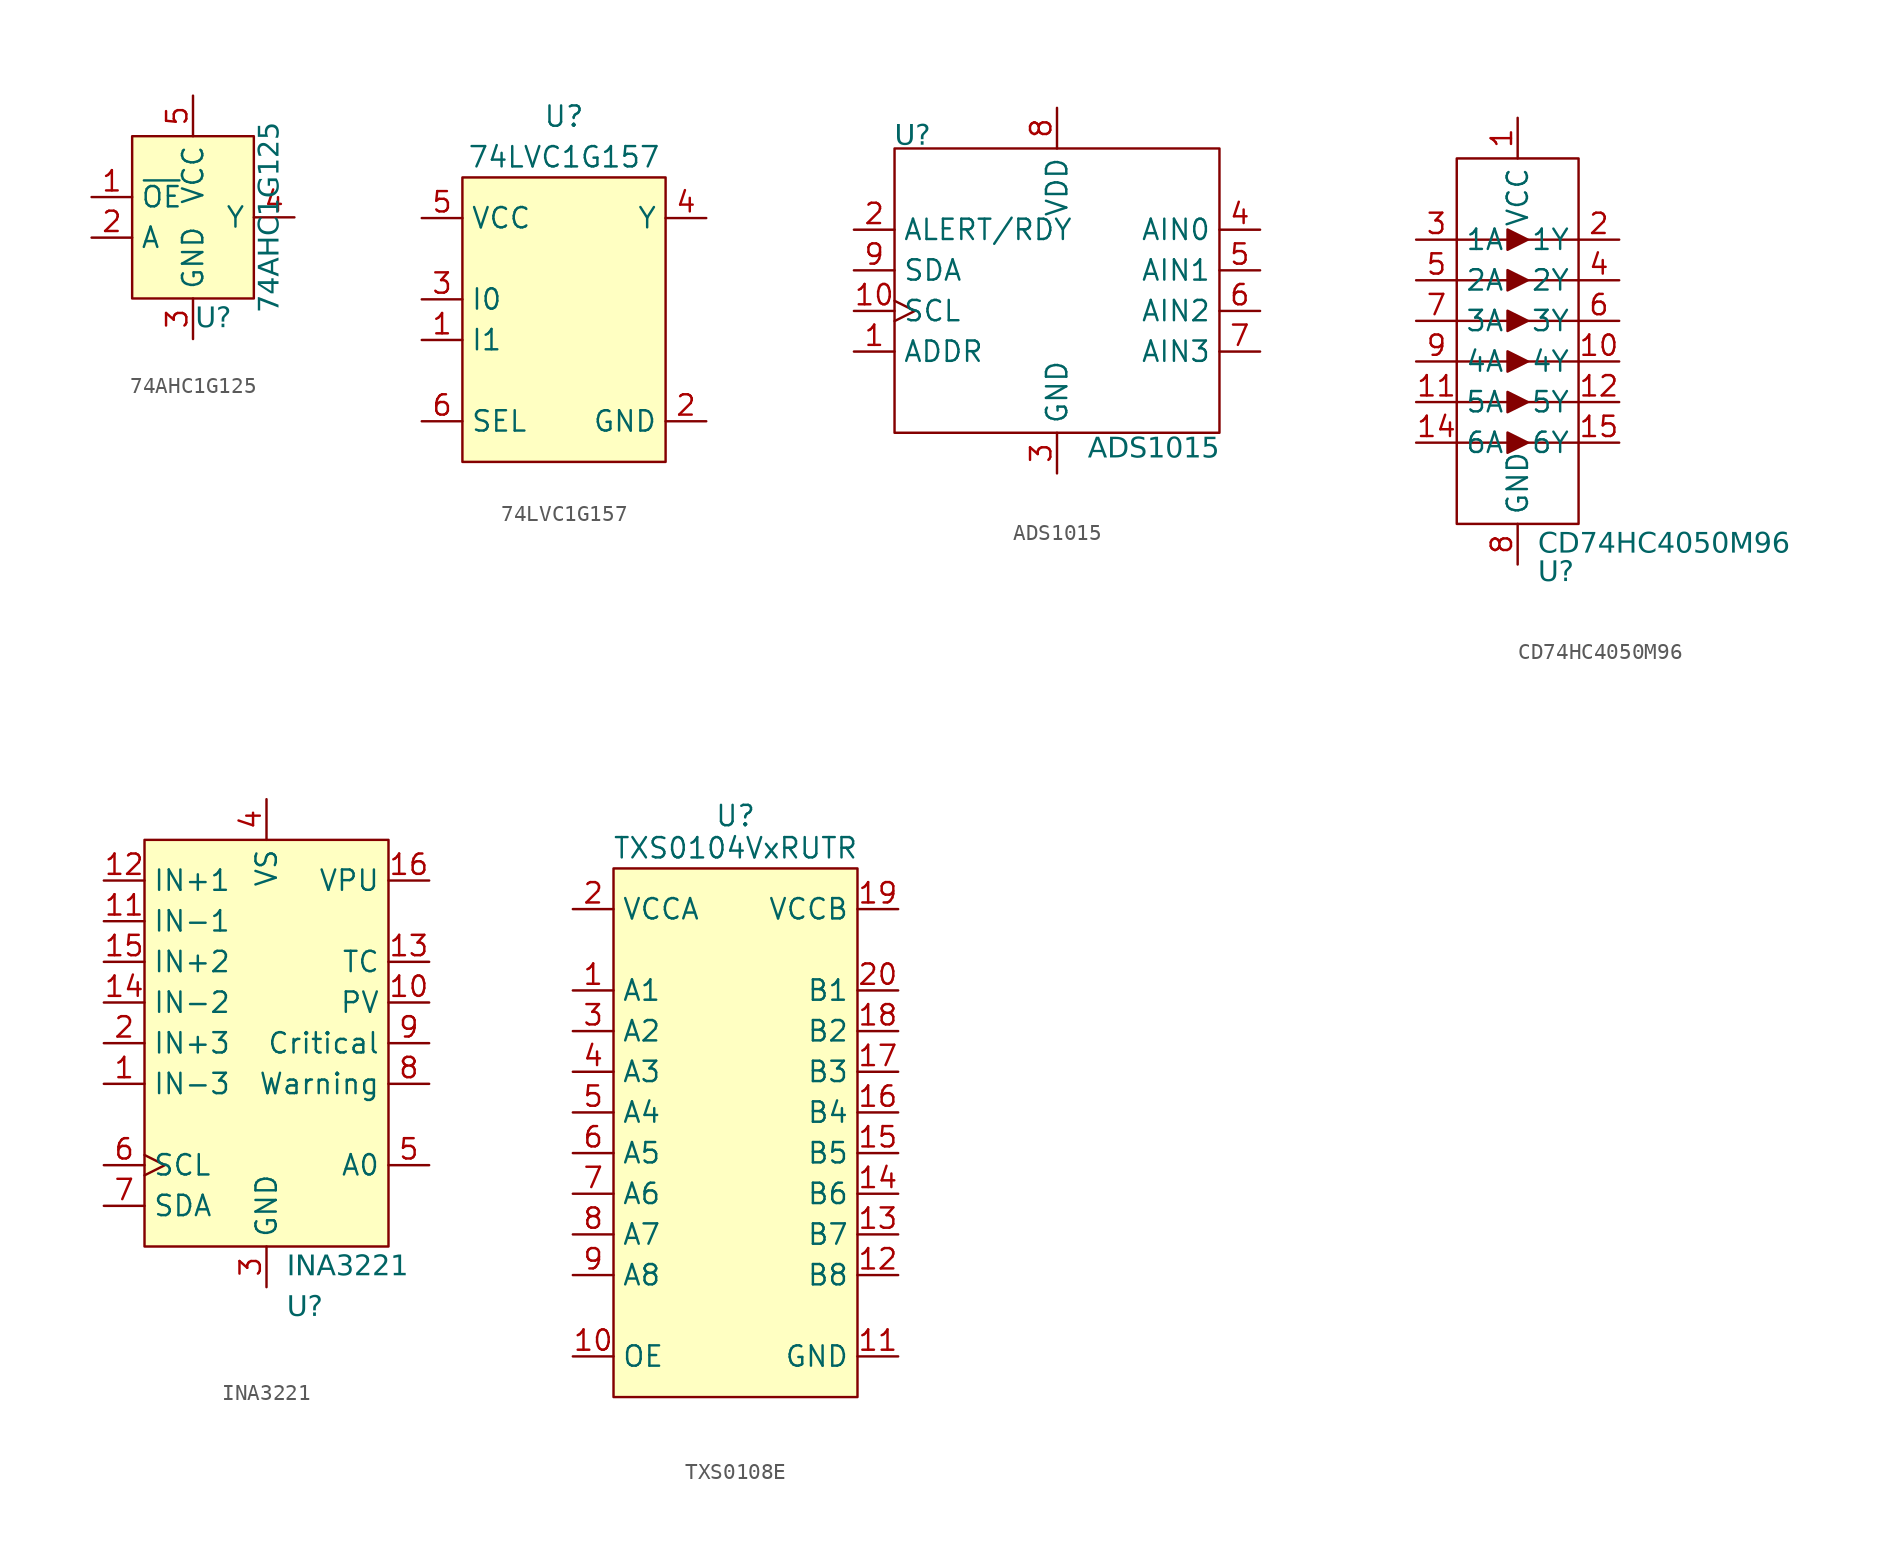
<source format=kicad_sym>
(kicad_symbol_lib
  (version 20241209)
  (generator "kicad_symbol_editor")
  (generator_version "9.0")
  (symbol "74AHC1G125"
    (property "Reference" "U"
      (at 1.27 -6.35 0)
      (do_not_autoplace)
      (effects (font (face "Bahnschrift") (size 1.27 1.27))))
    (property "Value" "74AHC1G125"
      (at 4.826 0 90)
      (do_not_autoplace)
      (effects (font (face "Bahnschrift") (size 1.27 1.27))))
    (symbol "74AHC1G125_0_0"
      (pin unspecified line (at -6.35 1.27 0) (length 2.54) (name "~{OE}" (effects (font (size 1.27 1.27)))) (number "1" (effects (font (size 1.27 1.27)))))
      (pin unspecified line (at -6.35 -1.27 0) (length 2.54) (name "A" (effects (font (size 1.27 1.27)))) (number "2" (effects (font (size 1.27 1.27)))))
      (pin unspecified line (at 0 7.62 270) (length 2.54) (name "VCC" (effects (font (size 1.27 1.27)))) (number "5" (effects (font (size 1.27 1.27)))))
      (pin unspecified line (at 0 -7.62 90) (length 2.54) (name "GND" (effects (font (size 1.27 1.27)))) (number "3" (effects (font (size 1.27 1.27)))))
      (pin unspecified line (at 6.35 0 180) (length 2.54) (name "Y" (effects (font (size 1.27 1.27)))) (number "4" (effects (font (size 1.27 1.27))))))
    (symbol "74AHC1G125_1_1"
      (rectangle (start -3.81 5.08) (end 3.81 -5.08) (stroke (width 0) (type default)) (fill (type background)))))
  (symbol "74LVC1G157"
    (property "Reference" "U"
      (at 0 12.7 0)
      (do_not_autoplace)
      (effects (font (size 1.27 1.27))))
    (property "Value" "74LVC1G157"
      (at 0 10.16 0)
      (do_not_autoplace)
      (effects (font (size 1.27 1.27))))
    (symbol "74LVC1G157_0_0"
      (pin power_in line (at -8.89 6.35 0) (length 2.54) (name "VCC" (effects (font (size 1.27 1.27)))) (number "5" (effects (font (size 1.27 1.27)))))
      (pin input line (at -8.89 1.27 0) (length 2.54) (name "I0" (effects (font (size 1.27 1.27)))) (number "3" (effects (font (size 1.27 1.27)))))
      (pin input line (at -8.89 -1.27 0) (length 2.54) (name "I1" (effects (font (size 1.27 1.27)))) (number "1" (effects (font (size 1.27 1.27)))))
      (pin output line (at 8.89 6.35 180) (length 2.54) (name "Y" (effects (font (size 1.27 1.27)))) (number "4" (effects (font (size 1.27 1.27)))))
      (pin power_in line (at 8.89 -6.35 180) (length 2.54) (name "GND" (effects (font (size 1.27 1.27)))) (number "2" (effects (font (size 1.27 1.27))))))
    (symbol "74LVC1G157_1_0"
      (pin input line (at -8.89 -6.35 0) (length 2.54) (name "SEL" (effects (font (size 1.27 1.27)))) (number "6" (effects (font (size 1.27 1.27))))))
    (symbol "74LVC1G157_1_1"
      (rectangle (start -6.35 8.89) (end 6.35 -8.89) (stroke (width 0) (type solid)) (fill (type background)))))
  (symbol "ADS1015"
    (property "Reference" "U"
      (at -10.16 9.652 0)
      (do_not_autoplace)
      (effects (font (face "Bahnschrift") (size 1.27 1.27)) (justify left)))
    (property "Value" "ADS1015"
      (at 10.16 -9.906 0)
      (do_not_autoplace)
      (effects (font (face "Bahnschrift") (size 1.27 1.27)) (justify right)))
    (symbol "ADS1015_0_0"
      (pin output line (at -12.7 3.81 0) (length 2.54) (name "ALERT/RDY" (effects (font (size 1.27 1.27)))) (number "2" (effects (font (size 1.27 1.27)))))
      (pin bidirectional line (at -12.7 1.27 0) (length 2.54) (name "SDA" (effects (font (size 1.27 1.27)))) (number "9" (effects (font (size 1.27 1.27)))))
      (pin input clock (at -12.7 -1.27 0) (length 2.54) (name "SCL" (effects (font (size 1.27 1.27)))) (number "10" (effects (font (size 1.27 1.27)))))
      (pin input line (at -12.7 -3.81 0) (length 2.54) (name "ADDR" (effects (font (size 1.27 1.27)))) (number "1" (effects (font (size 1.27 1.27)))))
      (pin power_in line (at 0 11.43 270) (length 2.54) (name "VDD" (effects (font (size 1.27 1.27)))) (number "8" (effects (font (size 1.27 1.27)))))
      (pin passive line (at 0 -11.43 90) (length 2.54) (name "GND" (effects (font (size 1.27 1.27)))) (number "3" (effects (font (size 1.27 1.27)))))
      (pin input line (at 12.7 3.81 180) (length 2.54) (name "AIN0" (effects (font (size 1.27 1.27)))) (number "4" (effects (font (size 1.27 1.27)))))
      (pin input line (at 12.7 1.27 180) (length 2.54) (name "AIN1" (effects (font (size 1.27 1.27)))) (number "5" (effects (font (size 1.27 1.27)))))
      (pin input line (at 12.7 -1.27 180) (length 2.54) (name "AIN2" (effects (font (size 1.27 1.27)))) (number "6" (effects (font (size 1.27 1.27)))))
      (pin input line (at 12.7 -3.81 180) (length 2.54) (name "AIN3" (effects (font (size 1.27 1.27)))) (number "7" (effects (font (size 1.27 1.27))))))
    (symbol "ADS1015_0_1"
      (rectangle (start -10.16 8.89) (end 10.16 -8.89) (stroke (width 0) (type default)) (fill (type none)))))
  (symbol "CD74HC4050M96"
    (property "Reference" "U"
      (at 1.27 -14.478 0)
      (effects (font (face "Bahnschrift") (size 1.27 1.27)) (justify left)))
    (property "Value" "CD74HC4050M96"
      (at 1.27 -12.7 0)
      (effects (font (face "Bahnschrift") (size 1.27 1.27)) (justify left)))
    (symbol "CD74HC4050M96_0_1"
      (rectangle (start -3.81 11.43) (end 3.81 -11.43) (stroke (width 0) (type default)) (fill (type none)))
      (polyline (pts (xy -3.81 6.35) (xy 3.81 6.35)) (stroke (width 0) (type default)) (fill (type none)))
      (polyline (pts (xy -3.81 3.81) (xy 3.81 3.81)) (stroke (width 0) (type default)) (fill (type none)))
      (polyline (pts (xy -3.81 1.27) (xy 3.81 1.27)) (stroke (width 0) (type default)) (fill (type none)))
      (polyline (pts (xy -3.81 -1.27) (xy 3.81 -1.27)) (stroke (width 0) (type default)) (fill (type none)))
      (polyline (pts (xy -3.81 -3.81) (xy 3.81 -3.81)) (stroke (width 0) (type default)) (fill (type none)))
      (polyline (pts (xy -3.81 -6.35) (xy 3.81 -6.35)) (stroke (width 0) (type default)) (fill (type none)))
      (polyline (pts (xy -0.635 5.715) (xy -0.635 6.985) (xy 0.635 6.35) (xy -0.635 5.715)) (stroke (width 0) (type default)) (fill (type outline)))
      (polyline (pts (xy -0.635 3.175) (xy -0.635 4.445) (xy 0.635 3.81) (xy -0.635 3.175)) (stroke (width 0) (type default)) (fill (type outline)))
      (polyline (pts (xy -0.635 0.635) (xy -0.635 1.905) (xy 0.635 1.27) (xy -0.635 0.635)) (stroke (width 0) (type default)) (fill (type outline)))
      (polyline (pts (xy -0.635 -1.905) (xy -0.635 -0.635) (xy 0.635 -1.27) (xy -0.635 -1.905)) (stroke (width 0) (type default)) (fill (type outline)))
      (polyline (pts (xy -0.635 -4.445) (xy -0.635 -3.175) (xy 0.635 -3.81) (xy -0.635 -4.445)) (stroke (width 0) (type default)) (fill (type outline)))
      (polyline (pts (xy -0.635 -6.985) (xy -0.635 -5.715) (xy 0.635 -6.35) (xy -0.635 -6.985)) (stroke (width 0) (type default)) (fill (type outline))))
    (symbol "CD74HC4050M96_1_1"
      (pin input line (at -6.35 6.35 0) (length 2.54) (name "1A" (effects (font (size 1.27 1.27)))) (number "3" (effects (font (size 1.27 1.27)))))
      (pin input line (at -6.35 3.81 0) (length 2.54) (name "2A" (effects (font (size 1.27 1.27)))) (number "5" (effects (font (size 1.27 1.27)))))
      (pin input line (at -6.35 1.27 0) (length 2.54) (name "3A" (effects (font (size 1.27 1.27)))) (number "7" (effects (font (size 1.27 1.27)))))
      (pin input line (at -6.35 -1.27 0) (length 2.54) (name "4A" (effects (font (size 1.27 1.27)))) (number "9" (effects (font (size 1.27 1.27)))))
      (pin input line (at -6.35 -3.81 0) (length 2.54) (name "5A" (effects (font (size 1.27 1.27)))) (number "11" (effects (font (size 1.27 1.27)))))
      (pin input line (at -6.35 -6.35 0) (length 2.54) (name "6A" (effects (font (size 1.27 1.27)))) (number "14" (effects (font (size 1.27 1.27)))))
      (pin power_in line (at 0 13.97 270) (length 2.54) (name "VCC" (effects (font (size 1.27 1.27)))) (number "1" (effects (font (size 1.27 1.27)))))
      (pin passive line (at 0 -13.97 90) (length 2.54) (name "GND" (effects (font (size 1.27 1.27)))) (number "8" (effects (font (size 1.27 1.27)))))
      (pin output line (at 6.35 6.35 180) (length 2.54) (name "1Y" (effects (font (size 1.27 1.27)))) (number "2" (effects (font (size 1.27 1.27)))))
      (pin output line (at 6.35 3.81 180) (length 2.54) (name "2Y" (effects (font (size 1.27 1.27)))) (number "4" (effects (font (size 1.27 1.27)))))
      (pin output line (at 6.35 1.27 180) (length 2.54) (name "3Y" (effects (font (size 1.27 1.27)))) (number "6" (effects (font (size 1.27 1.27)))))
      (pin output line (at 6.35 -1.27 180) (length 2.54) (name "4Y" (effects (font (size 1.27 1.27)))) (number "10" (effects (font (size 1.27 1.27)))))
      (pin output line (at 6.35 -3.81 180) (length 2.54) (name "5Y" (effects (font (size 1.27 1.27)))) (number "12" (effects (font (size 1.27 1.27)))))
      (pin output line (at 6.35 -6.35 180) (length 2.54) (name "6Y" (effects (font (size 1.27 1.27)))) (number "15" (effects (font (size 1.27 1.27)))))
      (pin no_connect line (at 6.35 -8.89 180) (length 2.54) (hide yes) (name "NC" (effects (font (size 1.27 1.27)))) (number "13" (effects (font (size 1.27 1.27)))))
      (pin no_connect line (at 6.35 -8.89 180) (length 2.54) (hide yes) (name "NC" (effects (font (size 1.27 1.27)))) (number "16" (effects (font (size 1.27 1.27)))))))
  (symbol "INA3221"
    (property "Reference" "U"
      (at 1.27 -16.51 0)
      (do_not_autoplace)
      (effects (font (face "Bahnschrift") (size 1.27 1.27)) (justify left)))
    (property "Value" "INA3221"
      (at 1.27 -13.97 0)
      (do_not_autoplace)
      (effects (font (face "Bahnschrift") (size 1.27 1.27)) (justify left)))
    (symbol "INA3221_0_1"
      (rectangle (start -7.62 12.7) (end 7.62 -12.7) (stroke (width 0) (type default)) (fill (type background))))
    (symbol "INA3221_1_1"
      (pin power_in line (at -10.16 10.16 0) (length 2.54) (name "IN+1" (effects (font (size 1.27 1.27)))) (number "12" (effects (font (size 1.27 1.27)))))
      (pin power_out line (at -10.16 7.62 0) (length 2.54) (name "IN-1" (effects (font (size 1.27 1.27)))) (number "11" (effects (font (size 1.27 1.27)))))
      (pin power_in line (at -10.16 5.08 0) (length 2.54) (name "IN+2" (effects (font (size 1.27 1.27)))) (number "15" (effects (font (size 1.27 1.27)))))
      (pin power_out line (at -10.16 2.54 0) (length 2.54) (name "IN-2" (effects (font (size 1.27 1.27)))) (number "14" (effects (font (size 1.27 1.27)))))
      (pin power_in line (at -10.16 0 0) (length 2.54) (name "IN+3" (effects (font (size 1.27 1.27)))) (number "2" (effects (font (size 1.27 1.27)))))
      (pin power_out line (at -10.16 -2.54 0) (length 2.54) (name "IN-3" (effects (font (size 1.27 1.27)))) (number "1" (effects (font (size 1.27 1.27)))))
      (pin input clock (at -10.16 -7.62 0) (length 2.54) (name "SCL" (effects (font (size 1.27 1.27)))) (number "6" (effects (font (size 1.27 1.27)))))
      (pin bidirectional line (at -10.16 -10.16 0) (length 2.54) (name "SDA" (effects (font (size 1.27 1.27)))) (number "7" (effects (font (size 1.27 1.27)))))
      (pin power_in line (at 0 15.24 270) (length 2.54) (name "VS" (effects (font (size 1.27 1.27)))) (number "4" (effects (font (size 1.27 1.27)))))
      (pin power_in line (at 0 -15.24 90) (length 2.54) (name "GND" (effects (font (size 1.27 1.27)))) (number "3" (effects (font (size 1.27 1.27)))))
      (pin input line (at 10.16 10.16 180) (length 2.54) (name "VPU" (effects (font (size 1.27 1.27)))) (number "16" (effects (font (size 1.27 1.27)))))
      (pin output line (at 10.16 5.08 180) (length 2.54) (name "TC" (effects (font (size 1.27 1.27)))) (number "13" (effects (font (size 1.27 1.27)))))
      (pin output line (at 10.16 2.54 180) (length 2.54) (name "PV" (effects (font (size 1.27 1.27)))) (number "10" (effects (font (size 1.27 1.27)))))
      (pin output line (at 10.16 0 180) (length 2.54) (name "Critical" (effects (font (size 1.27 1.27)))) (number "9" (effects (font (size 1.27 1.27)))))
      (pin output line (at 10.16 -2.54 180) (length 2.54) (name "Warning" (effects (font (size 1.27 1.27)))) (number "8" (effects (font (size 1.27 1.27)))))
      (pin input line (at 10.16 -7.62 180) (length 2.54) (name "A0" (effects (font (size 1.27 1.27)))) (number "5" (effects (font (size 1.27 1.27)))))))
  (symbol "TXS0108E"
    (property "Reference" "U"
      (at 0 19.05 0)
      (do_not_autoplace)
      (effects (font (size 1.27 1.27)) (justify bottom)))
    (property "Value" "TXS0104VxRUTR"
      (at 0 17.78 0)
      (do_not_autoplace)
      (effects (font (size 1.27 1.27))))
    (symbol "TXS0108E_0_0"
      (pin power_in line (at -10.16 13.97 0) (length 2.54) (name "VCCA" (effects (font (size 1.27 1.27)))) (number "2" (effects (font (size 1.27 1.27)))))
      (pin bidirectional line (at -10.16 8.89 0) (length 2.54) (name "A1" (effects (font (size 1.27 1.27)))) (number "1" (effects (font (size 1.27 1.27)))))
      (pin bidirectional line (at -10.16 6.35 0) (length 2.54) (name "A2" (effects (font (size 1.27 1.27)))) (number "3" (effects (font (size 1.27 1.27)))))
      (pin bidirectional line (at -10.16 3.81 0) (length 2.54) (name "A3" (effects (font (size 1.27 1.27)))) (number "4" (effects (font (size 1.27 1.27)))))
      (pin bidirectional line (at -10.16 1.27 0) (length 2.54) (name "A4" (effects (font (size 1.27 1.27)))) (number "5" (effects (font (size 1.27 1.27)))))
      (pin bidirectional line (at -10.16 -1.27 0) (length 2.54) (name "A5" (effects (font (size 1.27 1.27)))) (number "6" (effects (font (size 1.27 1.27)))))
      (pin bidirectional line (at -10.16 -3.81 0) (length 2.54) (name "A6" (effects (font (size 1.27 1.27)))) (number "7" (effects (font (size 1.27 1.27)))))
      (pin bidirectional line (at -10.16 -6.35 0) (length 2.54) (name "A7" (effects (font (size 1.27 1.27)))) (number "8" (effects (font (size 1.27 1.27)))))
      (pin bidirectional line (at -10.16 -8.89 0) (length 2.54) (name "A8" (effects (font (size 1.27 1.27)))) (number "9" (effects (font (size 1.27 1.27)))))
      (pin input line (at -10.16 -13.97 0) (length 2.54) (name "OE" (effects (font (size 1.27 1.27)))) (number "10" (effects (font (size 1.27 1.27)))))
      (pin power_in line (at 10.16 13.97 180) (length 2.54) (name "VCCB" (effects (font (size 1.27 1.27)))) (number "19" (effects (font (size 1.27 1.27)))))
      (pin bidirectional line (at 10.16 8.89 180) (length 2.54) (name "B1" (effects (font (size 1.27 1.27)))) (number "20" (effects (font (size 1.27 1.27)))))
      (pin bidirectional line (at 10.16 6.35 180) (length 2.54) (name "B2" (effects (font (size 1.27 1.27)))) (number "18" (effects (font (size 1.27 1.27)))))
      (pin bidirectional line (at 10.16 3.81 180) (length 2.54) (name "B3" (effects (font (size 1.27 1.27)))) (number "17" (effects (font (size 1.27 1.27)))))
      (pin bidirectional line (at 10.16 1.27 180) (length 2.54) (name "B4" (effects (font (size 1.27 1.27)))) (number "16" (effects (font (size 1.27 1.27)))))
      (pin bidirectional line (at 10.16 -1.27 180) (length 2.54) (name "B5" (effects (font (size 1.27 1.27)))) (number "15" (effects (font (size 1.27 1.27)))))
      (pin bidirectional line (at 10.16 -3.81 180) (length 2.54) (name "B6" (effects (font (size 1.27 1.27)))) (number "14" (effects (font (size 1.27 1.27)))))
      (pin bidirectional line (at 10.16 -6.35 180) (length 2.54) (name "B7" (effects (font (size 1.27 1.27)))) (number "13" (effects (font (size 1.27 1.27)))))
      (pin bidirectional line (at 10.16 -8.89 180) (length 2.54) (name "B8" (effects (font (size 1.27 1.27)))) (number "12" (effects (font (size 1.27 1.27)))))
      (pin passive line (at 10.16 -13.97 180) (length 2.54) (name "GND" (effects (font (size 1.27 1.27)))) (number "11" (effects (font (size 1.27 1.27))))))
    (symbol "TXS0108E_1_0"
      (pin passive line (at 10.16 -13.97 180) (length 2.54) (hide yes) (name "PGND" (effects (font (size 1.27 1.27)))) (number "21" (effects (font (size 1.27 1.27))))))
    (symbol "TXS0108E_1_1"
      (rectangle (start -7.62 16.51) (end 7.62 -16.51) (stroke (width 0) (type default)) (fill (type background))))))
</source>
